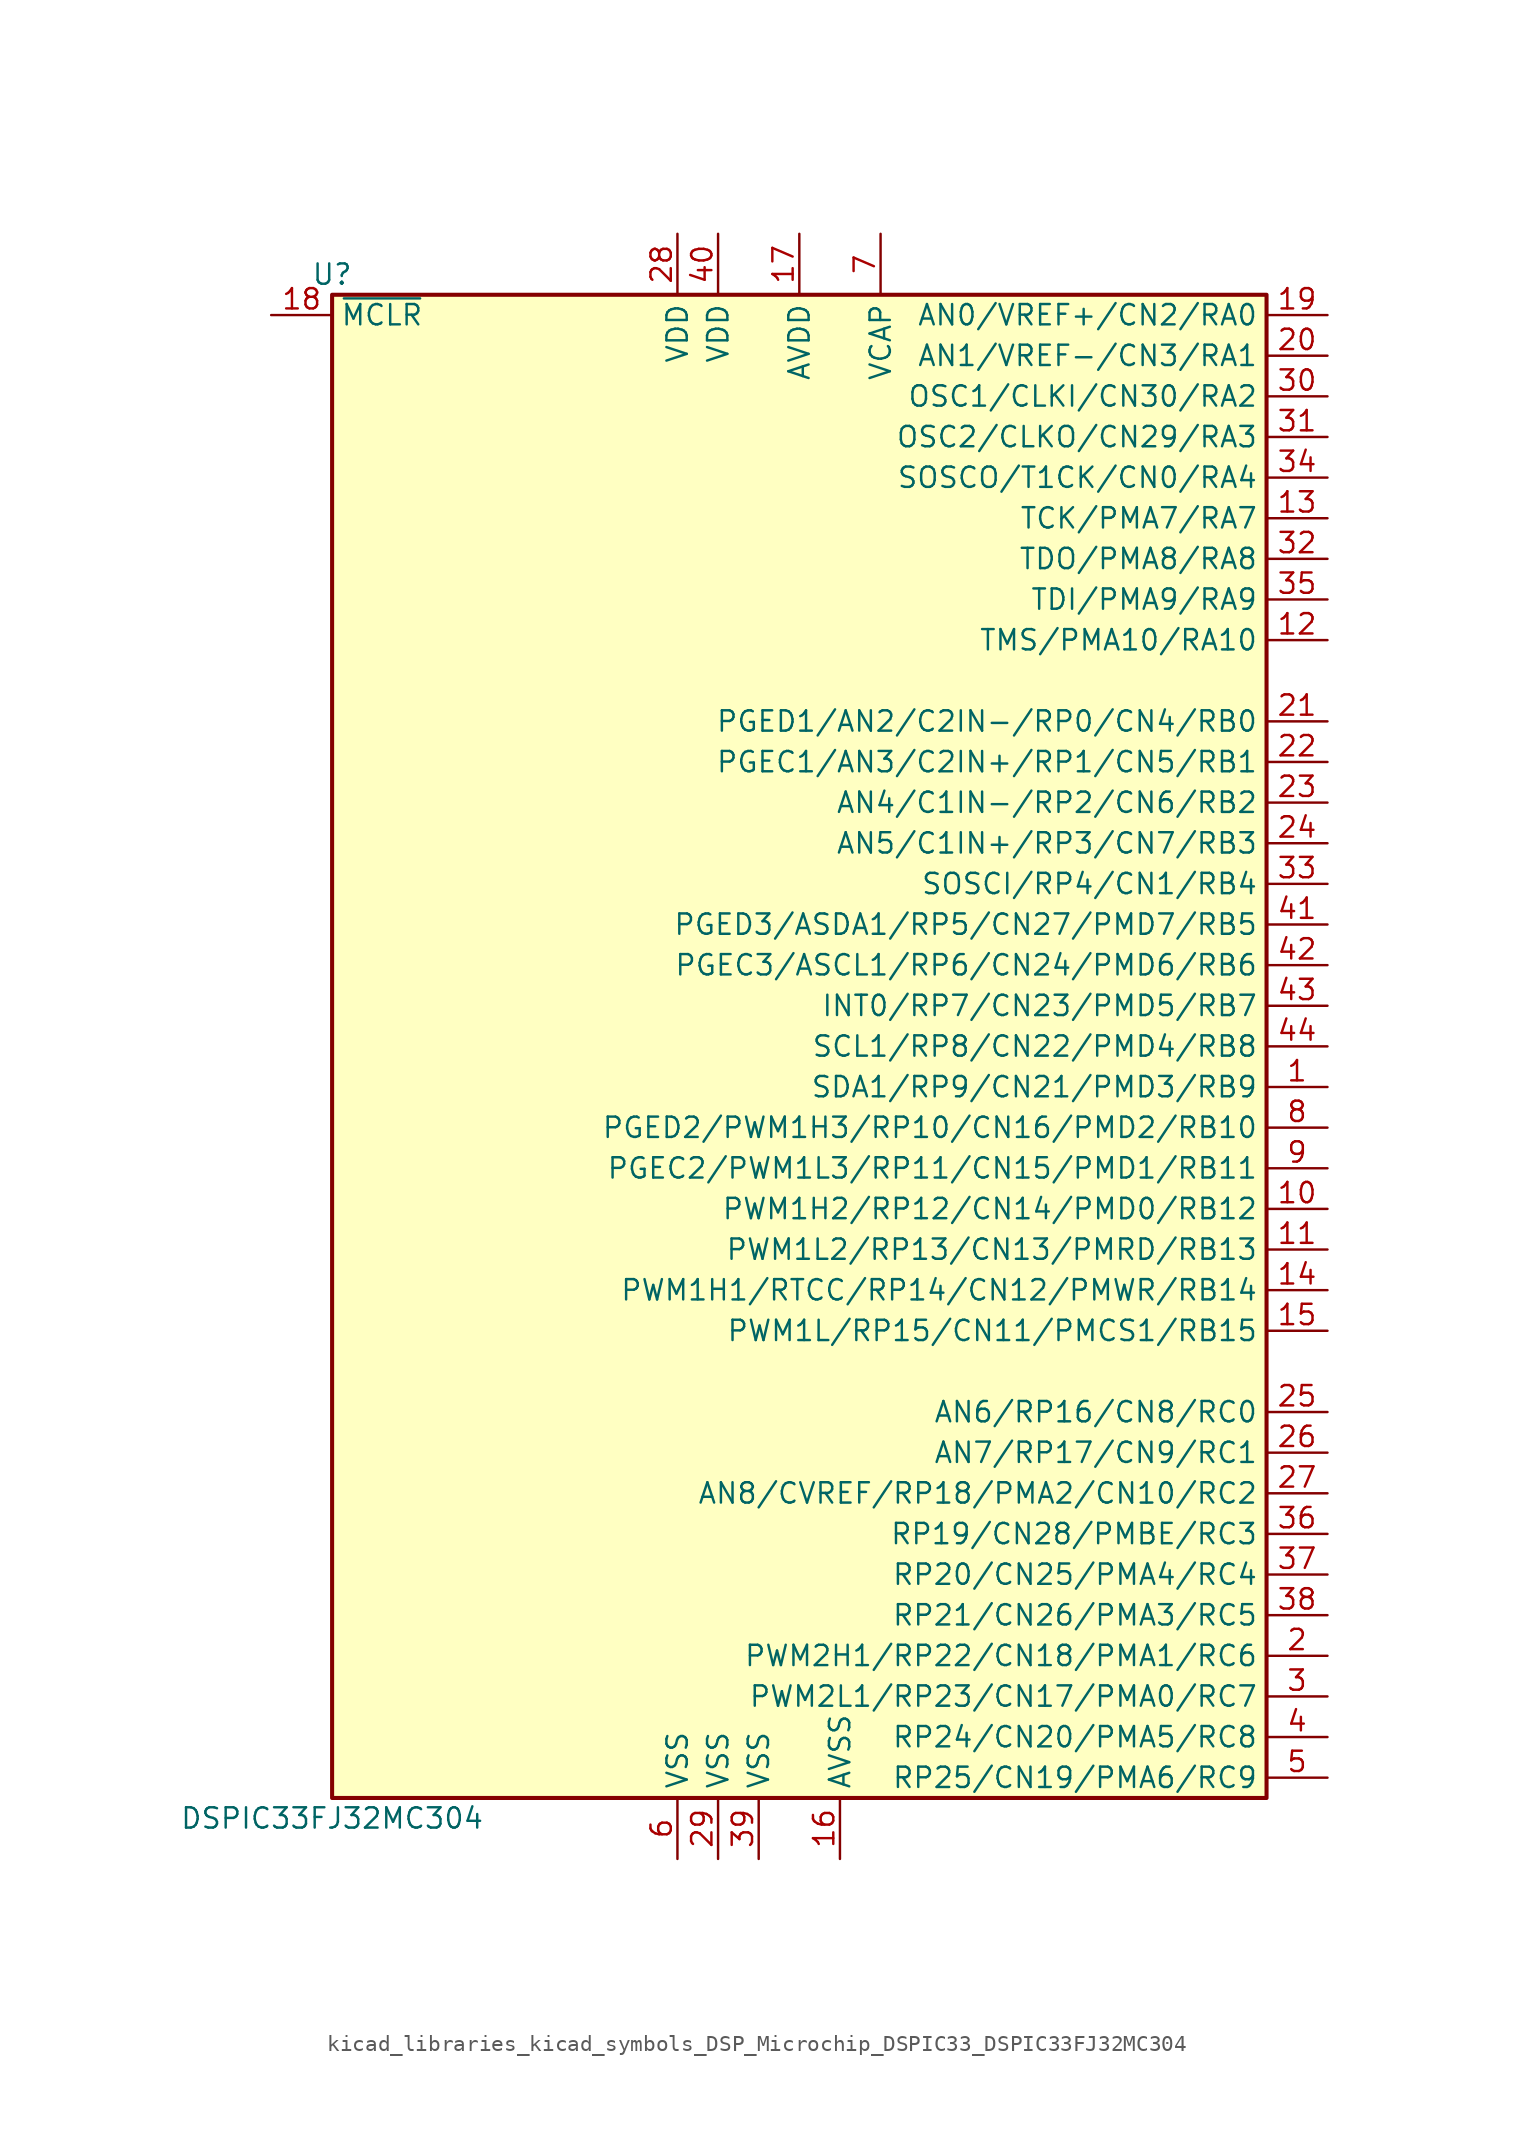
<source format=kicad_sym>
(kicad_symbol_lib
  (version 20220914)
  (generator kicad_symbol_editor)
  (symbol "kicad_libraries_kicad_symbols_DSP_Microchip_DSPIC33_DSPIC33FJ32MC304"
    (property "Reference" "U"
      (at -29.21 48.26 0)
      (effects (font (size 1.27 1.27))))
    (property "Value" "DSPIC33FJ32MC304"
      (at -29.21 -48.26 0)
      (effects (font (size 1.27 1.27))))
    (symbol "kicad_libraries_kicad_symbols_DSP_Microchip_DSPIC33_DSPIC33FJ32MC304_1_1"
      (rectangle (start -29.21 46.99) (end 29.21 -46.99) (stroke (width 0.254) (type default)) (fill (type background)))
      (pin bidirectional line (at 33.02 -2.54 180) (length 3.81) (name "SDA1/RP9/CN21/PMD3/RB9" (effects (font (size 1.27 1.27)))) (number "1" (effects (font (size 1.27 1.27)))))
      (pin bidirectional line (at 33.02 -10.16 180) (length 3.81) (name "PWM1H2/RP12/CN14/PMD0/RB12" (effects (font (size 1.27 1.27)))) (number "10" (effects (font (size 1.27 1.27)))))
      (pin bidirectional line (at 33.02 -12.7 180) (length 3.81) (name "PWM1L2/RP13/CN13/PMRD/RB13" (effects (font (size 1.27 1.27)))) (number "11" (effects (font (size 1.27 1.27)))))
      (pin bidirectional line (at 33.02 25.4 180) (length 3.81) (name "TMS/PMA10/RA10" (effects (font (size 1.27 1.27)))) (number "12" (effects (font (size 1.27 1.27)))))
      (pin bidirectional line (at 33.02 33.02 180) (length 3.81) (name "TCK/PMA7/RA7" (effects (font (size 1.27 1.27)))) (number "13" (effects (font (size 1.27 1.27)))))
      (pin bidirectional line (at 33.02 -15.24 180) (length 3.81) (name "PWM1H1/RTCC/RP14/CN12/PMWR/RB14" (effects (font (size 1.27 1.27)))) (number "14" (effects (font (size 1.27 1.27)))))
      (pin bidirectional line (at 33.02 -17.78 180) (length 3.81) (name "PWM1L/RP15/CN11/PMCS1/RB15" (effects (font (size 1.27 1.27)))) (number "15" (effects (font (size 1.27 1.27)))))
      (pin power_in line (at 2.54 -50.8 90) (length 3.81) (name "AVSS" (effects (font (size 1.27 1.27)))) (number "16" (effects (font (size 1.27 1.27)))))
      (pin power_in line (at 0 50.8 270) (length 3.81) (name "AVDD" (effects (font (size 1.27 1.27)))) (number "17" (effects (font (size 1.27 1.27)))))
      (pin input line (at -33.02 45.72 0) (length 3.81) (name "~{MCLR}" (effects (font (size 1.27 1.27)))) (number "18" (effects (font (size 1.27 1.27)))))
      (pin bidirectional line (at 33.02 45.72 180) (length 3.81) (name "AN0/VREF+/CN2/RA0" (effects (font (size 1.27 1.27)))) (number "19" (effects (font (size 1.27 1.27)))))
      (pin bidirectional line (at 33.02 -38.1 180) (length 3.81) (name "PWM2H1/RP22/CN18/PMA1/RC6" (effects (font (size 1.27 1.27)))) (number "2" (effects (font (size 1.27 1.27)))))
      (pin bidirectional line (at 33.02 43.18 180) (length 3.81) (name "AN1/VREF-/CN3/RA1" (effects (font (size 1.27 1.27)))) (number "20" (effects (font (size 1.27 1.27)))))
      (pin bidirectional line (at 33.02 20.32 180) (length 3.81) (name "PGED1/AN2/C2IN-/RP0/CN4/RB0" (effects (font (size 1.27 1.27)))) (number "21" (effects (font (size 1.27 1.27)))))
      (pin bidirectional line (at 33.02 17.78 180) (length 3.81) (name "PGEC1/AN3/C2IN+/RP1/CN5/RB1" (effects (font (size 1.27 1.27)))) (number "22" (effects (font (size 1.27 1.27)))))
      (pin bidirectional line (at 33.02 15.24 180) (length 3.81) (name "AN4/C1IN-/RP2/CN6/RB2" (effects (font (size 1.27 1.27)))) (number "23" (effects (font (size 1.27 1.27)))))
      (pin bidirectional line (at 33.02 12.7 180) (length 3.81) (name "AN5/C1IN+/RP3/CN7/RB3" (effects (font (size 1.27 1.27)))) (number "24" (effects (font (size 1.27 1.27)))))
      (pin bidirectional line (at 33.02 -22.86 180) (length 3.81) (name "AN6/RP16/CN8/RC0" (effects (font (size 1.27 1.27)))) (number "25" (effects (font (size 1.27 1.27)))))
      (pin bidirectional line (at 33.02 -25.4 180) (length 3.81) (name "AN7/RP17/CN9/RC1" (effects (font (size 1.27 1.27)))) (number "26" (effects (font (size 1.27 1.27)))))
      (pin bidirectional line (at 33.02 -27.94 180) (length 3.81) (name "AN8/CVREF/RP18/PMA2/CN10/RC2" (effects (font (size 1.27 1.27)))) (number "27" (effects (font (size 1.27 1.27)))))
      (pin power_in line (at -7.62 50.8 270) (length 3.81) (name "VDD" (effects (font (size 1.27 1.27)))) (number "28" (effects (font (size 1.27 1.27)))))
      (pin power_in line (at -5.08 -50.8 90) (length 3.81) (name "VSS" (effects (font (size 1.27 1.27)))) (number "29" (effects (font (size 1.27 1.27)))))
      (pin bidirectional line (at 33.02 -40.64 180) (length 3.81) (name "PWM2L1/RP23/CN17/PMA0/RC7" (effects (font (size 1.27 1.27)))) (number "3" (effects (font (size 1.27 1.27)))))
      (pin input line (at 33.02 40.64 180) (length 3.81) (name "OSC1/CLKI/CN30/RA2" (effects (font (size 1.27 1.27)))) (number "30" (effects (font (size 1.27 1.27)))))
      (pin input line (at 33.02 38.1 180) (length 3.81) (name "OSC2/CLKO/CN29/RA3" (effects (font (size 1.27 1.27)))) (number "31" (effects (font (size 1.27 1.27)))))
      (pin input line (at 33.02 30.48 180) (length 3.81) (name "TDO/PMA8/RA8" (effects (font (size 1.27 1.27)))) (number "32" (effects (font (size 1.27 1.27)))))
      (pin input line (at 33.02 10.16 180) (length 3.81) (name "SOSCI/RP4/CN1/RB4" (effects (font (size 1.27 1.27)))) (number "33" (effects (font (size 1.27 1.27)))))
      (pin input line (at 33.02 35.56 180) (length 3.81) (name "SOSCO/T1CK/CN0/RA4" (effects (font (size 1.27 1.27)))) (number "34" (effects (font (size 1.27 1.27)))))
      (pin input line (at 33.02 27.94 180) (length 3.81) (name "TDI/PMA9/RA9" (effects (font (size 1.27 1.27)))) (number "35" (effects (font (size 1.27 1.27)))))
      (pin input line (at 33.02 -30.48 180) (length 3.81) (name "RP19/CN28/PMBE/RC3" (effects (font (size 1.27 1.27)))) (number "36" (effects (font (size 1.27 1.27)))))
      (pin input line (at 33.02 -33.02 180) (length 3.81) (name "RP20/CN25/PMA4/RC4" (effects (font (size 1.27 1.27)))) (number "37" (effects (font (size 1.27 1.27)))))
      (pin input line (at 33.02 -35.56 180) (length 3.81) (name "RP21/CN26/PMA3/RC5" (effects (font (size 1.27 1.27)))) (number "38" (effects (font (size 1.27 1.27)))))
      (pin power_in line (at -2.54 -50.8 90) (length 3.81) (name "VSS" (effects (font (size 1.27 1.27)))) (number "39" (effects (font (size 1.27 1.27)))))
      (pin bidirectional line (at 33.02 -43.18 180) (length 3.81) (name "RP24/CN20/PMA5/RC8" (effects (font (size 1.27 1.27)))) (number "4" (effects (font (size 1.27 1.27)))))
      (pin power_in line (at -5.08 50.8 270) (length 3.81) (name "VDD" (effects (font (size 1.27 1.27)))) (number "40" (effects (font (size 1.27 1.27)))))
      (pin input line (at 33.02 7.62 180) (length 3.81) (name "PGED3/ASDA1/RP5/CN27/PMD7/RB5" (effects (font (size 1.27 1.27)))) (number "41" (effects (font (size 1.27 1.27)))))
      (pin input line (at 33.02 5.08 180) (length 3.81) (name "PGEC3/ASCL1/RP6/CN24/PMD6/RB6" (effects (font (size 1.27 1.27)))) (number "42" (effects (font (size 1.27 1.27)))))
      (pin input line (at 33.02 2.54 180) (length 3.81) (name "INT0/RP7/CN23/PMD5/RB7" (effects (font (size 1.27 1.27)))) (number "43" (effects (font (size 1.27 1.27)))))
      (pin input line (at 33.02 0 180) (length 3.81) (name "SCL1/RP8/CN22/PMD4/RB8" (effects (font (size 1.27 1.27)))) (number "44" (effects (font (size 1.27 1.27)))))
      (pin bidirectional line (at 33.02 -45.72 180) (length 3.81) (name "RP25/CN19/PMA6/RC9" (effects (font (size 1.27 1.27)))) (number "5" (effects (font (size 1.27 1.27)))))
      (pin power_in line (at -7.62 -50.8 90) (length 3.81) (name "VSS" (effects (font (size 1.27 1.27)))) (number "6" (effects (font (size 1.27 1.27)))))
      (pin power_in line (at 5.08 50.8 270) (length 3.81) (name "VCAP" (effects (font (size 1.27 1.27)))) (number "7" (effects (font (size 1.27 1.27)))))
      (pin bidirectional line (at 33.02 -5.08 180) (length 3.81) (name "PGED2/PWM1H3/RP10/CN16/PMD2/RB10" (effects (font (size 1.27 1.27)))) (number "8" (effects (font (size 1.27 1.27)))))
      (pin bidirectional line (at 33.02 -7.62 180) (length 3.81) (name "PGEC2/PWM1L3/RP11/CN15/PMD1/RB11" (effects (font (size 1.27 1.27)))) (number "9" (effects (font (size 1.27 1.27))))))))
</source>
